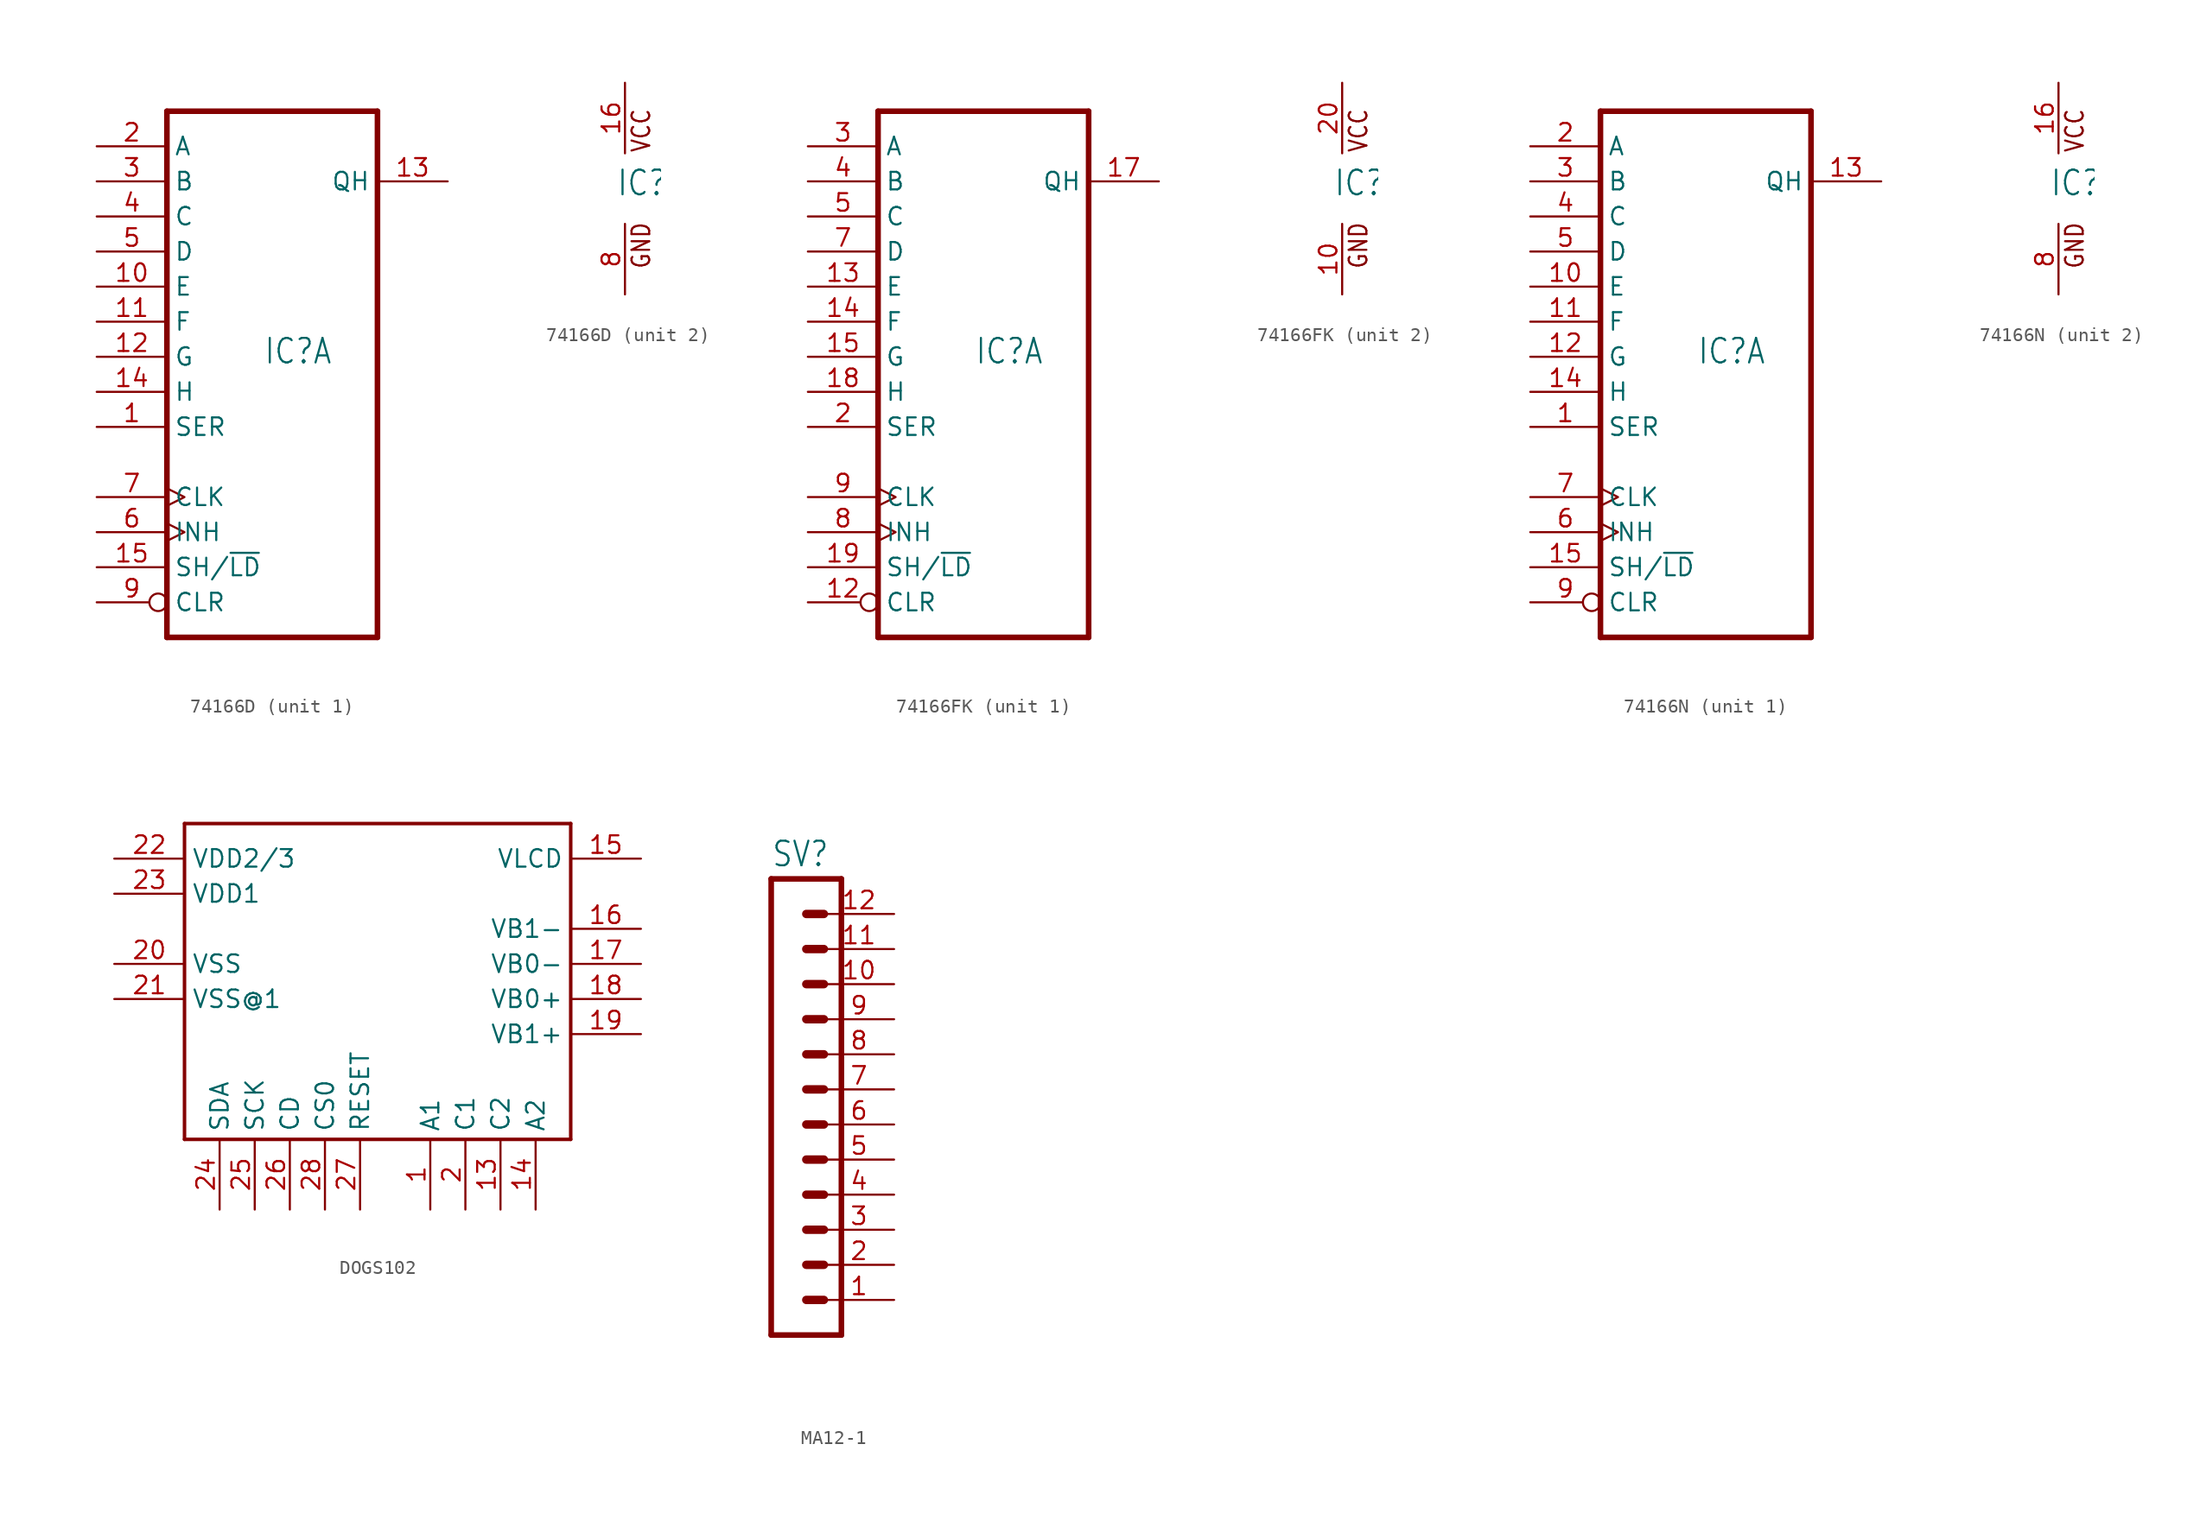
<source format=kicad_sym>
(kicad_symbol_lib
  (version 20220914)
  (generator kicad_symbol_editor)
  (symbol "74166D"
    (property "Reference" "IC"
      (at -0.635 -0.635 0)
      (effects (font (size 1.778 1.511)) (justify left bottom)))
    (property "ki_locked" ""
      (at 0 0 0)
      (effects (font (size 1.27 1.27))))
    (symbol "74166D_1_0"
      (polyline (pts (xy -7.62 -20.32) (xy 7.62 -20.32)) (stroke (width 0.406) (type solid)) (fill (type none)))
      (polyline (pts (xy -7.62 17.78) (xy -7.62 -20.32)) (stroke (width 0.406) (type solid)) (fill (type none)))
      (polyline (pts (xy 7.62 -20.32) (xy 7.62 17.78)) (stroke (width 0.406) (type solid)) (fill (type none)))
      (polyline (pts (xy 7.62 17.78) (xy -7.62 17.78)) (stroke (width 0.406) (type solid)) (fill (type none)))
      (pin input line (at -12.7 -5.08 0) (length 5.08) (name "SER" (effects (font (size 1.27 1.27)))) (number "1" (effects (font (size 1.27 1.27)))))
      (pin input line (at -12.7 5.08 0) (length 5.08) (name "E" (effects (font (size 1.27 1.27)))) (number "10" (effects (font (size 1.27 1.27)))))
      (pin input line (at -12.7 2.54 0) (length 5.08) (name "F" (effects (font (size 1.27 1.27)))) (number "11" (effects (font (size 1.27 1.27)))))
      (pin input line (at -12.7 0 0) (length 5.08) (name "G" (effects (font (size 1.27 1.27)))) (number "12" (effects (font (size 1.27 1.27)))))
      (pin output line (at 12.7 12.7 180) (length 5.08) (name "QH" (effects (font (size 1.27 1.27)))) (number "13" (effects (font (size 1.27 1.27)))))
      (pin input line (at -12.7 -2.54 0) (length 5.08) (name "H" (effects (font (size 1.27 1.27)))) (number "14" (effects (font (size 1.27 1.27)))))
      (pin input line (at -12.7 -15.24 0) (length 5.08) (name "SH/~{LD}" (effects (font (size 1.27 1.27)))) (number "15" (effects (font (size 1.27 1.27)))))
      (pin input line (at -12.7 15.24 0) (length 5.08) (name "A" (effects (font (size 1.27 1.27)))) (number "2" (effects (font (size 1.27 1.27)))))
      (pin input line (at -12.7 12.7 0) (length 5.08) (name "B" (effects (font (size 1.27 1.27)))) (number "3" (effects (font (size 1.27 1.27)))))
      (pin input line (at -12.7 10.16 0) (length 5.08) (name "C" (effects (font (size 1.27 1.27)))) (number "4" (effects (font (size 1.27 1.27)))))
      (pin input line (at -12.7 7.62 0) (length 5.08) (name "D" (effects (font (size 1.27 1.27)))) (number "5" (effects (font (size 1.27 1.27)))))
      (pin input clock (at -12.7 -12.7 0) (length 5.08) (name "INH" (effects (font (size 1.27 1.27)))) (number "6" (effects (font (size 1.27 1.27)))))
      (pin input clock (at -12.7 -10.16 0) (length 5.08) (name "CLK" (effects (font (size 1.27 1.27)))) (number "7" (effects (font (size 1.27 1.27)))))
      (pin input inverted (at -12.7 -17.78 0) (length 5.08) (name "CLR" (effects (font (size 1.27 1.27)))) (number "9" (effects (font (size 1.27 1.27))))))
    (symbol "74166D_2_0"
      (text "GND" (at 1.905 -5.842 900) (effects (font (size 1.27 1.079)) (justify left bottom)))
      (text "VCC" (at 1.905 2.54 900) (effects (font (size 1.27 1.079)) (justify left bottom)))
      (pin power_in line (at 0 7.62 270) (length 5.08) (name "VCC" (effects (font (size 0 0)))) (number "16" (effects (font (size 1.27 1.27)))))
      (pin power_in line (at 0 -7.62 90) (length 5.08) (name "GND" (effects (font (size 0 0)))) (number "8" (effects (font (size 1.27 1.27)))))))
  (symbol "74166FK"
    (property "Reference" "IC"
      (at -0.635 -0.635 0)
      (effects (font (size 1.778 1.511)) (justify left bottom)))
    (property "ki_locked" ""
      (at 0 0 0)
      (effects (font (size 1.27 1.27))))
    (symbol "74166FK_1_0"
      (polyline (pts (xy -7.62 -20.32) (xy 7.62 -20.32)) (stroke (width 0.406) (type solid)) (fill (type none)))
      (polyline (pts (xy -7.62 17.78) (xy -7.62 -20.32)) (stroke (width 0.406) (type solid)) (fill (type none)))
      (polyline (pts (xy 7.62 -20.32) (xy 7.62 17.78)) (stroke (width 0.406) (type solid)) (fill (type none)))
      (polyline (pts (xy 7.62 17.78) (xy -7.62 17.78)) (stroke (width 0.406) (type solid)) (fill (type none)))
      (pin input inverted (at -12.7 -17.78 0) (length 5.08) (name "CLR" (effects (font (size 1.27 1.27)))) (number "12" (effects (font (size 1.27 1.27)))))
      (pin input line (at -12.7 5.08 0) (length 5.08) (name "E" (effects (font (size 1.27 1.27)))) (number "13" (effects (font (size 1.27 1.27)))))
      (pin input line (at -12.7 2.54 0) (length 5.08) (name "F" (effects (font (size 1.27 1.27)))) (number "14" (effects (font (size 1.27 1.27)))))
      (pin input line (at -12.7 0 0) (length 5.08) (name "G" (effects (font (size 1.27 1.27)))) (number "15" (effects (font (size 1.27 1.27)))))
      (pin output line (at 12.7 12.7 180) (length 5.08) (name "QH" (effects (font (size 1.27 1.27)))) (number "17" (effects (font (size 1.27 1.27)))))
      (pin input line (at -12.7 -2.54 0) (length 5.08) (name "H" (effects (font (size 1.27 1.27)))) (number "18" (effects (font (size 1.27 1.27)))))
      (pin input line (at -12.7 -15.24 0) (length 5.08) (name "SH/~{LD}" (effects (font (size 1.27 1.27)))) (number "19" (effects (font (size 1.27 1.27)))))
      (pin input line (at -12.7 -5.08 0) (length 5.08) (name "SER" (effects (font (size 1.27 1.27)))) (number "2" (effects (font (size 1.27 1.27)))))
      (pin input line (at -12.7 15.24 0) (length 5.08) (name "A" (effects (font (size 1.27 1.27)))) (number "3" (effects (font (size 1.27 1.27)))))
      (pin input line (at -12.7 12.7 0) (length 5.08) (name "B" (effects (font (size 1.27 1.27)))) (number "4" (effects (font (size 1.27 1.27)))))
      (pin input line (at -12.7 10.16 0) (length 5.08) (name "C" (effects (font (size 1.27 1.27)))) (number "5" (effects (font (size 1.27 1.27)))))
      (pin input line (at -12.7 7.62 0) (length 5.08) (name "D" (effects (font (size 1.27 1.27)))) (number "7" (effects (font (size 1.27 1.27)))))
      (pin input clock (at -12.7 -12.7 0) (length 5.08) (name "INH" (effects (font (size 1.27 1.27)))) (number "8" (effects (font (size 1.27 1.27)))))
      (pin input clock (at -12.7 -10.16 0) (length 5.08) (name "CLK" (effects (font (size 1.27 1.27)))) (number "9" (effects (font (size 1.27 1.27))))))
    (symbol "74166FK_2_0"
      (text "GND" (at 1.905 -5.842 900) (effects (font (size 1.27 1.079)) (justify left bottom)))
      (text "VCC" (at 1.905 2.54 900) (effects (font (size 1.27 1.079)) (justify left bottom)))
      (pin power_in line (at 0 -7.62 90) (length 5.08) (name "GND" (effects (font (size 0 0)))) (number "10" (effects (font (size 1.27 1.27)))))
      (pin power_in line (at 0 7.62 270) (length 5.08) (name "VCC" (effects (font (size 0 0)))) (number "20" (effects (font (size 1.27 1.27)))))))
  (symbol "74166N"
    (property "Reference" "IC"
      (at -0.635 -0.635 0)
      (effects (font (size 1.778 1.511)) (justify left bottom)))
    (property "ki_locked" ""
      (at 0 0 0)
      (effects (font (size 1.27 1.27))))
    (symbol "74166N_1_0"
      (polyline (pts (xy -7.62 -20.32) (xy 7.62 -20.32)) (stroke (width 0.406) (type solid)) (fill (type none)))
      (polyline (pts (xy -7.62 17.78) (xy -7.62 -20.32)) (stroke (width 0.406) (type solid)) (fill (type none)))
      (polyline (pts (xy 7.62 -20.32) (xy 7.62 17.78)) (stroke (width 0.406) (type solid)) (fill (type none)))
      (polyline (pts (xy 7.62 17.78) (xy -7.62 17.78)) (stroke (width 0.406) (type solid)) (fill (type none)))
      (pin input line (at -12.7 -5.08 0) (length 5.08) (name "SER" (effects (font (size 1.27 1.27)))) (number "1" (effects (font (size 1.27 1.27)))))
      (pin input line (at -12.7 5.08 0) (length 5.08) (name "E" (effects (font (size 1.27 1.27)))) (number "10" (effects (font (size 1.27 1.27)))))
      (pin input line (at -12.7 2.54 0) (length 5.08) (name "F" (effects (font (size 1.27 1.27)))) (number "11" (effects (font (size 1.27 1.27)))))
      (pin input line (at -12.7 0 0) (length 5.08) (name "G" (effects (font (size 1.27 1.27)))) (number "12" (effects (font (size 1.27 1.27)))))
      (pin output line (at 12.7 12.7 180) (length 5.08) (name "QH" (effects (font (size 1.27 1.27)))) (number "13" (effects (font (size 1.27 1.27)))))
      (pin input line (at -12.7 -2.54 0) (length 5.08) (name "H" (effects (font (size 1.27 1.27)))) (number "14" (effects (font (size 1.27 1.27)))))
      (pin input line (at -12.7 -15.24 0) (length 5.08) (name "SH/~{LD}" (effects (font (size 1.27 1.27)))) (number "15" (effects (font (size 1.27 1.27)))))
      (pin input line (at -12.7 15.24 0) (length 5.08) (name "A" (effects (font (size 1.27 1.27)))) (number "2" (effects (font (size 1.27 1.27)))))
      (pin input line (at -12.7 12.7 0) (length 5.08) (name "B" (effects (font (size 1.27 1.27)))) (number "3" (effects (font (size 1.27 1.27)))))
      (pin input line (at -12.7 10.16 0) (length 5.08) (name "C" (effects (font (size 1.27 1.27)))) (number "4" (effects (font (size 1.27 1.27)))))
      (pin input line (at -12.7 7.62 0) (length 5.08) (name "D" (effects (font (size 1.27 1.27)))) (number "5" (effects (font (size 1.27 1.27)))))
      (pin input clock (at -12.7 -12.7 0) (length 5.08) (name "INH" (effects (font (size 1.27 1.27)))) (number "6" (effects (font (size 1.27 1.27)))))
      (pin input clock (at -12.7 -10.16 0) (length 5.08) (name "CLK" (effects (font (size 1.27 1.27)))) (number "7" (effects (font (size 1.27 1.27)))))
      (pin input inverted (at -12.7 -17.78 0) (length 5.08) (name "CLR" (effects (font (size 1.27 1.27)))) (number "9" (effects (font (size 1.27 1.27))))))
    (symbol "74166N_2_0"
      (text "GND" (at 1.905 -5.842 900) (effects (font (size 1.27 1.079)) (justify left bottom)))
      (text "VCC" (at 1.905 2.54 900) (effects (font (size 1.27 1.079)) (justify left bottom)))
      (pin power_in line (at 0 7.62 270) (length 5.08) (name "VCC" (effects (font (size 0 0)))) (number "16" (effects (font (size 1.27 1.27)))))
      (pin power_in line (at 0 -7.62 90) (length 5.08) (name "GND" (effects (font (size 0 0)))) (number "8" (effects (font (size 1.27 1.27)))))))
  (symbol "DOGS102"
    (property "Reference" ""
      (at 0 0 0)
      (effects (font (size 1.27 1.27)) hide))
    (property "ki_locked" ""
      (at 0 0 0)
      (effects (font (size 1.27 1.27))))
    (symbol "DOGS102_1_0"
      (polyline (pts (xy -15.24 -12.7) (xy -15.24 10.16)) (stroke (width 0.254) (type solid)) (fill (type none)))
      (polyline (pts (xy -15.24 10.16) (xy 12.7 10.16)) (stroke (width 0.254) (type solid)) (fill (type none)))
      (polyline (pts (xy 12.7 -12.7) (xy -15.24 -12.7)) (stroke (width 0.254) (type solid)) (fill (type none)))
      (polyline (pts (xy 12.7 10.16) (xy 12.7 -12.7)) (stroke (width 0.254) (type solid)) (fill (type none)))
      (pin bidirectional line (at 2.54 -17.78 90) (length 5.08) (name "A1" (effects (font (size 1.27 1.27)))) (number "1" (effects (font (size 1.27 1.27)))))
      (pin bidirectional line (at 7.62 -17.78 90) (length 5.08) (name "C2" (effects (font (size 1.27 1.27)))) (number "13" (effects (font (size 1.27 1.27)))))
      (pin bidirectional line (at 10.16 -17.78 90) (length 5.08) (name "A2" (effects (font (size 1.27 1.27)))) (number "14" (effects (font (size 1.27 1.27)))))
      (pin bidirectional line (at 17.78 7.62 180) (length 5.08) (name "VLCD" (effects (font (size 1.27 1.27)))) (number "15" (effects (font (size 1.27 1.27)))))
      (pin bidirectional line (at 17.78 2.54 180) (length 5.08) (name "VB1-" (effects (font (size 1.27 1.27)))) (number "16" (effects (font (size 1.27 1.27)))))
      (pin bidirectional line (at 17.78 0 180) (length 5.08) (name "VB0-" (effects (font (size 1.27 1.27)))) (number "17" (effects (font (size 1.27 1.27)))))
      (pin bidirectional line (at 17.78 -2.54 180) (length 5.08) (name "VB0+" (effects (font (size 1.27 1.27)))) (number "18" (effects (font (size 1.27 1.27)))))
      (pin bidirectional line (at 17.78 -5.08 180) (length 5.08) (name "VB1+" (effects (font (size 1.27 1.27)))) (number "19" (effects (font (size 1.27 1.27)))))
      (pin bidirectional line (at 5.08 -17.78 90) (length 5.08) (name "C1" (effects (font (size 1.27 1.27)))) (number "2" (effects (font (size 1.27 1.27)))))
      (pin power_in line (at -20.32 0 0) (length 5.08) (name "VSS" (effects (font (size 1.27 1.27)))) (number "20" (effects (font (size 1.27 1.27)))))
      (pin power_in line (at -20.32 -2.54 0) (length 5.08) (name "VSS@1" (effects (font (size 1.27 1.27)))) (number "21" (effects (font (size 1.27 1.27)))))
      (pin power_in line (at -20.32 7.62 0) (length 5.08) (name "VDD2/3" (effects (font (size 1.27 1.27)))) (number "22" (effects (font (size 1.27 1.27)))))
      (pin power_in line (at -20.32 5.08 0) (length 5.08) (name "VDD1" (effects (font (size 1.27 1.27)))) (number "23" (effects (font (size 1.27 1.27)))))
      (pin bidirectional line (at -12.7 -17.78 90) (length 5.08) (name "SDA" (effects (font (size 1.27 1.27)))) (number "24" (effects (font (size 1.27 1.27)))))
      (pin bidirectional line (at -10.16 -17.78 90) (length 5.08) (name "SCK" (effects (font (size 1.27 1.27)))) (number "25" (effects (font (size 1.27 1.27)))))
      (pin bidirectional line (at -7.62 -17.78 90) (length 5.08) (name "CD" (effects (font (size 1.27 1.27)))) (number "26" (effects (font (size 1.27 1.27)))))
      (pin bidirectional line (at -2.54 -17.78 90) (length 5.08) (name "RESET" (effects (font (size 1.27 1.27)))) (number "27" (effects (font (size 1.27 1.27)))))
      (pin bidirectional line (at -5.08 -17.78 90) (length 5.08) (name "CS0" (effects (font (size 1.27 1.27)))) (number "28" (effects (font (size 1.27 1.27)))))))
  (symbol "MA12-1"
    (property "Reference" "SV"
      (at -1.27 18.542 0)
      (effects (font (size 1.778 1.511)) (justify left bottom)))
    (property "Value" ""
      (at -1.27 -17.78 0)
      (effects (font (size 1.778 1.511)) (justify left bottom)))
    (property "ki_locked" ""
      (at 0 0 0)
      (effects (font (size 1.27 1.27))))
    (symbol "MA12-1_1_0"
      (polyline (pts (xy -1.27 17.78) (xy -1.27 -15.24)) (stroke (width 0.406) (type solid)) (fill (type none)))
      (polyline (pts (xy -1.27 17.78) (xy 3.81 17.78)) (stroke (width 0.406) (type solid)) (fill (type none)))
      (polyline (pts (xy 1.27 -12.7) (xy 2.54 -12.7)) (stroke (width 0.61) (type solid)) (fill (type none)))
      (polyline (pts (xy 1.27 -10.16) (xy 2.54 -10.16)) (stroke (width 0.61) (type solid)) (fill (type none)))
      (polyline (pts (xy 1.27 -7.62) (xy 2.54 -7.62)) (stroke (width 0.61) (type solid)) (fill (type none)))
      (polyline (pts (xy 1.27 -5.08) (xy 2.54 -5.08)) (stroke (width 0.61) (type solid)) (fill (type none)))
      (polyline (pts (xy 1.27 -2.54) (xy 2.54 -2.54)) (stroke (width 0.61) (type solid)) (fill (type none)))
      (polyline (pts (xy 1.27 0) (xy 2.54 0)) (stroke (width 0.61) (type solid)) (fill (type none)))
      (polyline (pts (xy 1.27 2.54) (xy 2.54 2.54)) (stroke (width 0.61) (type solid)) (fill (type none)))
      (polyline (pts (xy 1.27 5.08) (xy 2.54 5.08)) (stroke (width 0.61) (type solid)) (fill (type none)))
      (polyline (pts (xy 1.27 7.62) (xy 2.54 7.62)) (stroke (width 0.61) (type solid)) (fill (type none)))
      (polyline (pts (xy 1.27 10.16) (xy 2.54 10.16)) (stroke (width 0.61) (type solid)) (fill (type none)))
      (polyline (pts (xy 1.27 12.7) (xy 2.54 12.7)) (stroke (width 0.61) (type solid)) (fill (type none)))
      (polyline (pts (xy 1.27 15.24) (xy 2.54 15.24)) (stroke (width 0.61) (type solid)) (fill (type none)))
      (polyline (pts (xy 3.81 -15.24) (xy -1.27 -15.24)) (stroke (width 0.406) (type solid)) (fill (type none)))
      (polyline (pts (xy 3.81 -15.24) (xy 3.81 17.78)) (stroke (width 0.406) (type solid)) (fill (type none)))
      (pin passive line (at 7.62 -12.7 180) (length 5.08) (name "1" (effects (font (size 0 0)))) (number "1" (effects (font (size 1.27 1.27)))))
      (pin passive line (at 7.62 10.16 180) (length 5.08) (name "10" (effects (font (size 0 0)))) (number "10" (effects (font (size 1.27 1.27)))))
      (pin passive line (at 7.62 12.7 180) (length 5.08) (name "11" (effects (font (size 0 0)))) (number "11" (effects (font (size 1.27 1.27)))))
      (pin passive line (at 7.62 15.24 180) (length 5.08) (name "12" (effects (font (size 0 0)))) (number "12" (effects (font (size 1.27 1.27)))))
      (pin passive line (at 7.62 -10.16 180) (length 5.08) (name "2" (effects (font (size 0 0)))) (number "2" (effects (font (size 1.27 1.27)))))
      (pin passive line (at 7.62 -7.62 180) (length 5.08) (name "3" (effects (font (size 0 0)))) (number "3" (effects (font (size 1.27 1.27)))))
      (pin passive line (at 7.62 -5.08 180) (length 5.08) (name "4" (effects (font (size 0 0)))) (number "4" (effects (font (size 1.27 1.27)))))
      (pin passive line (at 7.62 -2.54 180) (length 5.08) (name "5" (effects (font (size 0 0)))) (number "5" (effects (font (size 1.27 1.27)))))
      (pin passive line (at 7.62 0 180) (length 5.08) (name "6" (effects (font (size 0 0)))) (number "6" (effects (font (size 1.27 1.27)))))
      (pin passive line (at 7.62 2.54 180) (length 5.08) (name "7" (effects (font (size 0 0)))) (number "7" (effects (font (size 1.27 1.27)))))
      (pin passive line (at 7.62 5.08 180) (length 5.08) (name "8" (effects (font (size 0 0)))) (number "8" (effects (font (size 1.27 1.27)))))
      (pin passive line (at 7.62 7.62 180) (length 5.08) (name "9" (effects (font (size 0 0)))) (number "9" (effects (font (size 1.27 1.27))))))))
</source>
